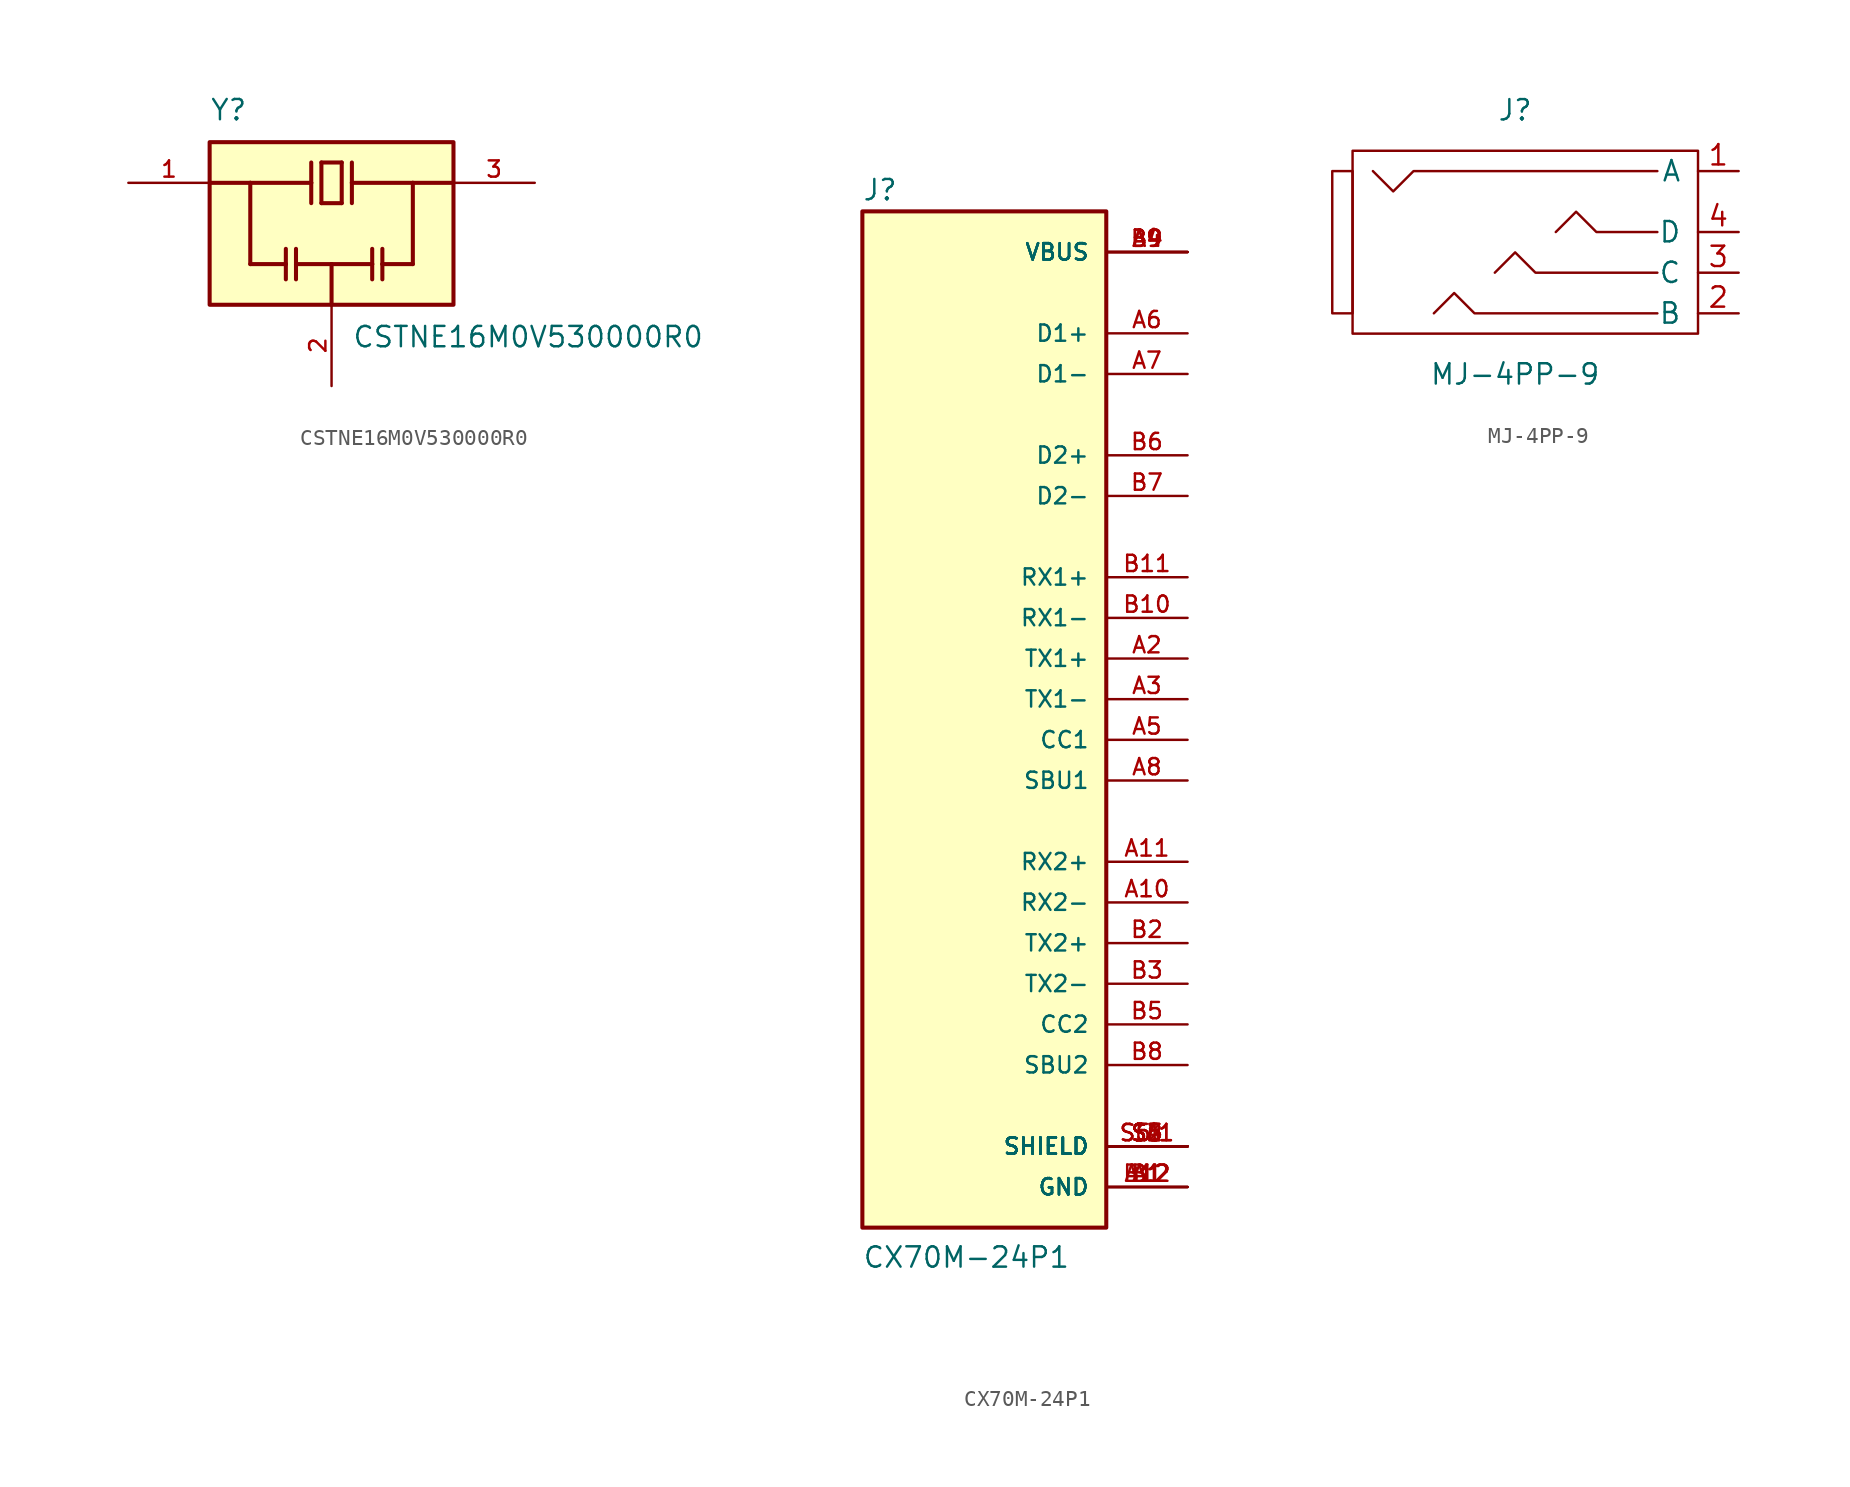
<source format=kicad_sym>
(kicad_symbol_lib
  (version 20211014)
  (generator kicad_symbol_editor)
  (symbol "CSTNE16M0V530000R0"
    (pin_names
      (offset 1.016))
    (property "Reference" "Y"
      (at -7.62 6.35 0)
      (effects (font (size 1.27 1.27)) (justify left bottom)))
    (property "Value" "CSTNE16M0V530000R0"
      (at 1.27 -6.35 0)
      (effects (font (size 1.27 1.27)) (justify left top)))
    (symbol "CSTNE16M0V530000R0_0_0"
      (rectangle (start -7.62 -5.08) (end 7.62 5.08) (stroke (width 0.254) (type default) (color 0 0 0 0)) (fill (type background)))
      (polyline (pts (xy -7.62 2.54) (xy -5.08 2.54)) (stroke (width 0.254) (type default) (color 0 0 0 0)) (fill (type none)))
      (polyline (pts (xy -5.08 -2.54) (xy -5.08 2.54)) (stroke (width 0.254) (type default) (color 0 0 0 0)) (fill (type none)))
      (polyline (pts (xy -5.08 2.54) (xy -1.27 2.54)) (stroke (width 0.254) (type default) (color 0 0 0 0)) (fill (type none)))
      (polyline (pts (xy -2.857 -2.54) (xy -5.08 -2.54)) (stroke (width 0.254) (type default) (color 0 0 0 0)) (fill (type none)))
      (polyline (pts (xy -2.857 -2.54) (xy -2.857 -3.493)) (stroke (width 0.254) (type default) (color 0 0 0 0)) (fill (type none)))
      (polyline (pts (xy -2.857 -1.587) (xy -2.857 -2.54)) (stroke (width 0.254) (type default) (color 0 0 0 0)) (fill (type none)))
      (polyline (pts (xy -2.223 -2.54) (xy -2.223 -3.493)) (stroke (width 0.254) (type default) (color 0 0 0 0)) (fill (type none)))
      (polyline (pts (xy -2.223 -1.587) (xy -2.223 -2.54)) (stroke (width 0.254) (type default) (color 0 0 0 0)) (fill (type none)))
      (polyline (pts (xy -1.27 2.54) (xy -1.27 1.27)) (stroke (width 0.254) (type default) (color 0 0 0 0)) (fill (type none)))
      (polyline (pts (xy -1.27 3.81) (xy -1.27 2.54)) (stroke (width 0.254) (type default) (color 0 0 0 0)) (fill (type none)))
      (polyline (pts (xy -0.635 1.27) (xy -0.635 3.81)) (stroke (width 0.254) (type default) (color 0 0 0 0)) (fill (type none)))
      (polyline (pts (xy -0.635 3.81) (xy 0.635 3.81)) (stroke (width 0.254) (type default) (color 0 0 0 0)) (fill (type none)))
      (polyline (pts (xy 0 -5.08) (xy 0 -2.54)) (stroke (width 0.254) (type default) (color 0 0 0 0)) (fill (type none)))
      (polyline (pts (xy 0 -2.54) (xy -2.223 -2.54)) (stroke (width 0.254) (type default) (color 0 0 0 0)) (fill (type none)))
      (polyline (pts (xy 0 -2.54) (xy 2.54 -2.54)) (stroke (width 0.254) (type default) (color 0 0 0 0)) (fill (type none)))
      (polyline (pts (xy 0.635 1.27) (xy -0.635 1.27)) (stroke (width 0.254) (type default) (color 0 0 0 0)) (fill (type none)))
      (polyline (pts (xy 0.635 3.81) (xy 0.635 1.27)) (stroke (width 0.254) (type default) (color 0 0 0 0)) (fill (type none)))
      (polyline (pts (xy 1.27 2.54) (xy 1.27 1.27)) (stroke (width 0.254) (type default) (color 0 0 0 0)) (fill (type none)))
      (polyline (pts (xy 1.27 2.54) (xy 5.08 2.54)) (stroke (width 0.254) (type default) (color 0 0 0 0)) (fill (type none)))
      (polyline (pts (xy 1.27 3.81) (xy 1.27 2.54)) (stroke (width 0.254) (type default) (color 0 0 0 0)) (fill (type none)))
      (polyline (pts (xy 2.54 -2.54) (xy 2.54 -3.493)) (stroke (width 0.254) (type default) (color 0 0 0 0)) (fill (type none)))
      (polyline (pts (xy 2.54 -1.587) (xy 2.54 -2.54)) (stroke (width 0.254) (type default) (color 0 0 0 0)) (fill (type none)))
      (polyline (pts (xy 3.175 -2.54) (xy 3.175 -3.493)) (stroke (width 0.254) (type default) (color 0 0 0 0)) (fill (type none)))
      (polyline (pts (xy 3.175 -2.54) (xy 5.08 -2.54)) (stroke (width 0.254) (type default) (color 0 0 0 0)) (fill (type none)))
      (polyline (pts (xy 3.175 -1.587) (xy 3.175 -2.54)) (stroke (width 0.254) (type default) (color 0 0 0 0)) (fill (type none)))
      (polyline (pts (xy 5.08 -2.54) (xy 5.08 2.54)) (stroke (width 0.254) (type default) (color 0 0 0 0)) (fill (type none)))
      (polyline (pts (xy 5.08 2.54) (xy 7.62 2.54)) (stroke (width 0.254) (type default) (color 0 0 0 0)) (fill (type none)))
      (pin input line (at -12.7 2.54 0) (length 5.08) (name "~" (effects (font (size 1.016 1.016)))) (number "1" (effects (font (size 1.016 1.016)))))
      (pin power_in line (at 0 -10.16 90) (length 5.08) (name "~" (effects (font (size 1.016 1.016)))) (number "2" (effects (font (size 1.016 1.016)))))
      (pin output line (at 12.7 2.54 180) (length 5.08) (name "~" (effects (font (size 1.016 1.016)))) (number "3" (effects (font (size 1.016 1.016)))))))
  (symbol "CX70M-24P1"
    (pin_names
      (offset 1.016))
    (property "Reference" "J"
      (at -7.64 33.614 0)
      (effects (font (size 1.27 1.27)) (justify left bottom)))
    (property "Value" "CX70M-24P1"
      (at -7.633 -33.08 0)
      (effects (font (size 1.27 1.27)) (justify left bottom)))
    (symbol "CX70M-24P1_0_0"
      (rectangle (start -7.62 -30.48) (end 7.62 33.02) (stroke (width 0.254) (type default) (color 0 0 0 0)) (fill (type background)))
      (pin power_in line (at 12.7 -27.94 180) (length 5.08) (name "GND" (effects (font (size 1.016 1.016)))) (number "A1" (effects (font (size 1.016 1.016)))))
      (pin bidirectional line (at 12.7 -10.16 180) (length 5.08) (name "RX2-" (effects (font (size 1.016 1.016)))) (number "A10" (effects (font (size 1.016 1.016)))))
      (pin bidirectional line (at 12.7 -7.62 180) (length 5.08) (name "RX2+" (effects (font (size 1.016 1.016)))) (number "A11" (effects (font (size 1.016 1.016)))))
      (pin power_in line (at 12.7 -27.94 180) (length 5.08) (name "GND" (effects (font (size 1.016 1.016)))) (number "A12" (effects (font (size 1.016 1.016)))))
      (pin bidirectional line (at 12.7 5.08 180) (length 5.08) (name "TX1+" (effects (font (size 1.016 1.016)))) (number "A2" (effects (font (size 1.016 1.016)))))
      (pin bidirectional line (at 12.7 2.54 180) (length 5.08) (name "TX1-" (effects (font (size 1.016 1.016)))) (number "A3" (effects (font (size 1.016 1.016)))))
      (pin power_in line (at 12.7 30.48 180) (length 5.08) (name "VBUS" (effects (font (size 1.016 1.016)))) (number "A4" (effects (font (size 1.016 1.016)))))
      (pin bidirectional line (at 12.7 0 180) (length 5.08) (name "CC1" (effects (font (size 1.016 1.016)))) (number "A5" (effects (font (size 1.016 1.016)))))
      (pin bidirectional line (at 12.7 25.4 180) (length 5.08) (name "D1+" (effects (font (size 1.016 1.016)))) (number "A6" (effects (font (size 1.016 1.016)))))
      (pin bidirectional line (at 12.7 22.86 180) (length 5.08) (name "D1-" (effects (font (size 1.016 1.016)))) (number "A7" (effects (font (size 1.016 1.016)))))
      (pin bidirectional line (at 12.7 -2.54 180) (length 5.08) (name "SBU1" (effects (font (size 1.016 1.016)))) (number "A8" (effects (font (size 1.016 1.016)))))
      (pin power_in line (at 12.7 30.48 180) (length 5.08) (name "VBUS" (effects (font (size 1.016 1.016)))) (number "A9" (effects (font (size 1.016 1.016)))))
      (pin power_in line (at 12.7 -27.94 180) (length 5.08) (name "GND" (effects (font (size 1.016 1.016)))) (number "B1" (effects (font (size 1.016 1.016)))))
      (pin bidirectional line (at 12.7 7.62 180) (length 5.08) (name "RX1-" (effects (font (size 1.016 1.016)))) (number "B10" (effects (font (size 1.016 1.016)))))
      (pin bidirectional line (at 12.7 10.16 180) (length 5.08) (name "RX1+" (effects (font (size 1.016 1.016)))) (number "B11" (effects (font (size 1.016 1.016)))))
      (pin power_in line (at 12.7 -27.94 180) (length 5.08) (name "GND" (effects (font (size 1.016 1.016)))) (number "B12" (effects (font (size 1.016 1.016)))))
      (pin bidirectional line (at 12.7 -12.7 180) (length 5.08) (name "TX2+" (effects (font (size 1.016 1.016)))) (number "B2" (effects (font (size 1.016 1.016)))))
      (pin bidirectional line (at 12.7 -15.24 180) (length 5.08) (name "TX2-" (effects (font (size 1.016 1.016)))) (number "B3" (effects (font (size 1.016 1.016)))))
      (pin power_in line (at 12.7 30.48 180) (length 5.08) (name "VBUS" (effects (font (size 1.016 1.016)))) (number "B4" (effects (font (size 1.016 1.016)))))
      (pin bidirectional line (at 12.7 -17.78 180) (length 5.08) (name "CC2" (effects (font (size 1.016 1.016)))) (number "B5" (effects (font (size 1.016 1.016)))))
      (pin bidirectional line (at 12.7 17.78 180) (length 5.08) (name "D2+" (effects (font (size 1.016 1.016)))) (number "B6" (effects (font (size 1.016 1.016)))))
      (pin bidirectional line (at 12.7 15.24 180) (length 5.08) (name "D2-" (effects (font (size 1.016 1.016)))) (number "B7" (effects (font (size 1.016 1.016)))))
      (pin bidirectional line (at 12.7 -20.32 180) (length 5.08) (name "SBU2" (effects (font (size 1.016 1.016)))) (number "B8" (effects (font (size 1.016 1.016)))))
      (pin power_in line (at 12.7 30.48 180) (length 5.08) (name "VBUS" (effects (font (size 1.016 1.016)))) (number "B9" (effects (font (size 1.016 1.016)))))
      (pin power_in line (at 12.7 -25.4 180) (length 5.08) (name "SHIELD" (effects (font (size 1.016 1.016)))) (number "S1" (effects (font (size 1.016 1.016)))))
      (pin power_in line (at 12.7 -25.4 180) (length 5.08) (name "SHIELD" (effects (font (size 1.016 1.016)))) (number "S2" (effects (font (size 1.016 1.016)))))
      (pin power_in line (at 12.7 -25.4 180) (length 5.08) (name "SHIELD" (effects (font (size 1.016 1.016)))) (number "S3" (effects (font (size 1.016 1.016)))))
      (pin power_in line (at 12.7 -25.4 180) (length 5.08) (name "SHIELD" (effects (font (size 1.016 1.016)))) (number "S4" (effects (font (size 1.016 1.016)))))
      (pin power_in line (at 12.7 -25.4 180) (length 5.08) (name "SHIELD" (effects (font (size 1.016 1.016)))) (number "S5" (effects (font (size 1.016 1.016)))))
      (pin power_in line (at 12.7 -25.4 180) (length 5.08) (name "SHIELD" (effects (font (size 1.016 1.016)))) (number "S5.1" (effects (font (size 1.016 1.016)))))
      (pin power_in line (at 12.7 -25.4 180) (length 5.08) (name "SHIELD" (effects (font (size 1.016 1.016)))) (number "S6" (effects (font (size 1.016 1.016)))))
      (pin power_in line (at 12.7 -25.4 180) (length 5.08) (name "SHIELD" (effects (font (size 1.016 1.016)))) (number "S6.1" (effects (font (size 1.016 1.016)))))))
  (symbol "MJ-4PP-9"
    (pin_names
      (offset 1.016))
    (property "Reference" "J"
      (at 0 7.62 0)
      (effects (font (size 1.27 1.27))))
    (property "Value" "MJ-4PP-9"
      (at 0 -8.89 0)
      (effects (font (size 1.27 1.27))))
    (symbol "MJ-4PP-9_0_1"
      (rectangle (start -10.16 3.81) (end -11.43 -5.08) (stroke (width 0) (type default) (color 0 0 0 0)) (fill (type none)))
      (polyline (pts (xy 8.89 -5.08) (xy -2.54 -5.08) (xy -3.81 -3.81) (xy -5.08 -5.08)) (stroke (width 0) (type default) (color 0 0 0 0)) (fill (type none)))
      (polyline (pts (xy 8.89 -2.54) (xy 1.27 -2.54) (xy 0 -1.27) (xy -1.27 -2.54)) (stroke (width 0) (type default) (color 0 0 0 0)) (fill (type none)))
      (polyline (pts (xy 8.89 0) (xy 5.08 0) (xy 3.81 1.27) (xy 2.54 0)) (stroke (width 0) (type default) (color 0 0 0 0)) (fill (type none)))
      (polyline (pts (xy 8.89 3.81) (xy -6.35 3.81) (xy -7.62 2.54) (xy -8.89 3.81)) (stroke (width 0) (type default) (color 0 0 0 0)) (fill (type none)))
      (rectangle (start 11.43 5.08) (end -10.16 -6.35) (stroke (width 0) (type default) (color 0 0 0 0)) (fill (type none))))
    (symbol "MJ-4PP-9_1_1"
      (pin input line (at 13.97 3.81 180) (length 2.54) (name "A" (effects (font (size 1.27 1.27)))) (number "1" (effects (font (size 1.27 1.27)))))
      (pin input line (at 13.97 -5.08 180) (length 2.54) (name "B" (effects (font (size 1.27 1.27)))) (number "2" (effects (font (size 1.27 1.27)))))
      (pin input line (at 13.97 -2.54 180) (length 2.54) (name "C" (effects (font (size 1.27 1.27)))) (number "3" (effects (font (size 1.27 1.27)))))
      (pin input line (at 13.97 0 180) (length 2.54) (name "D" (effects (font (size 1.27 1.27)))) (number "4" (effects (font (size 1.27 1.27))))))))
</source>
